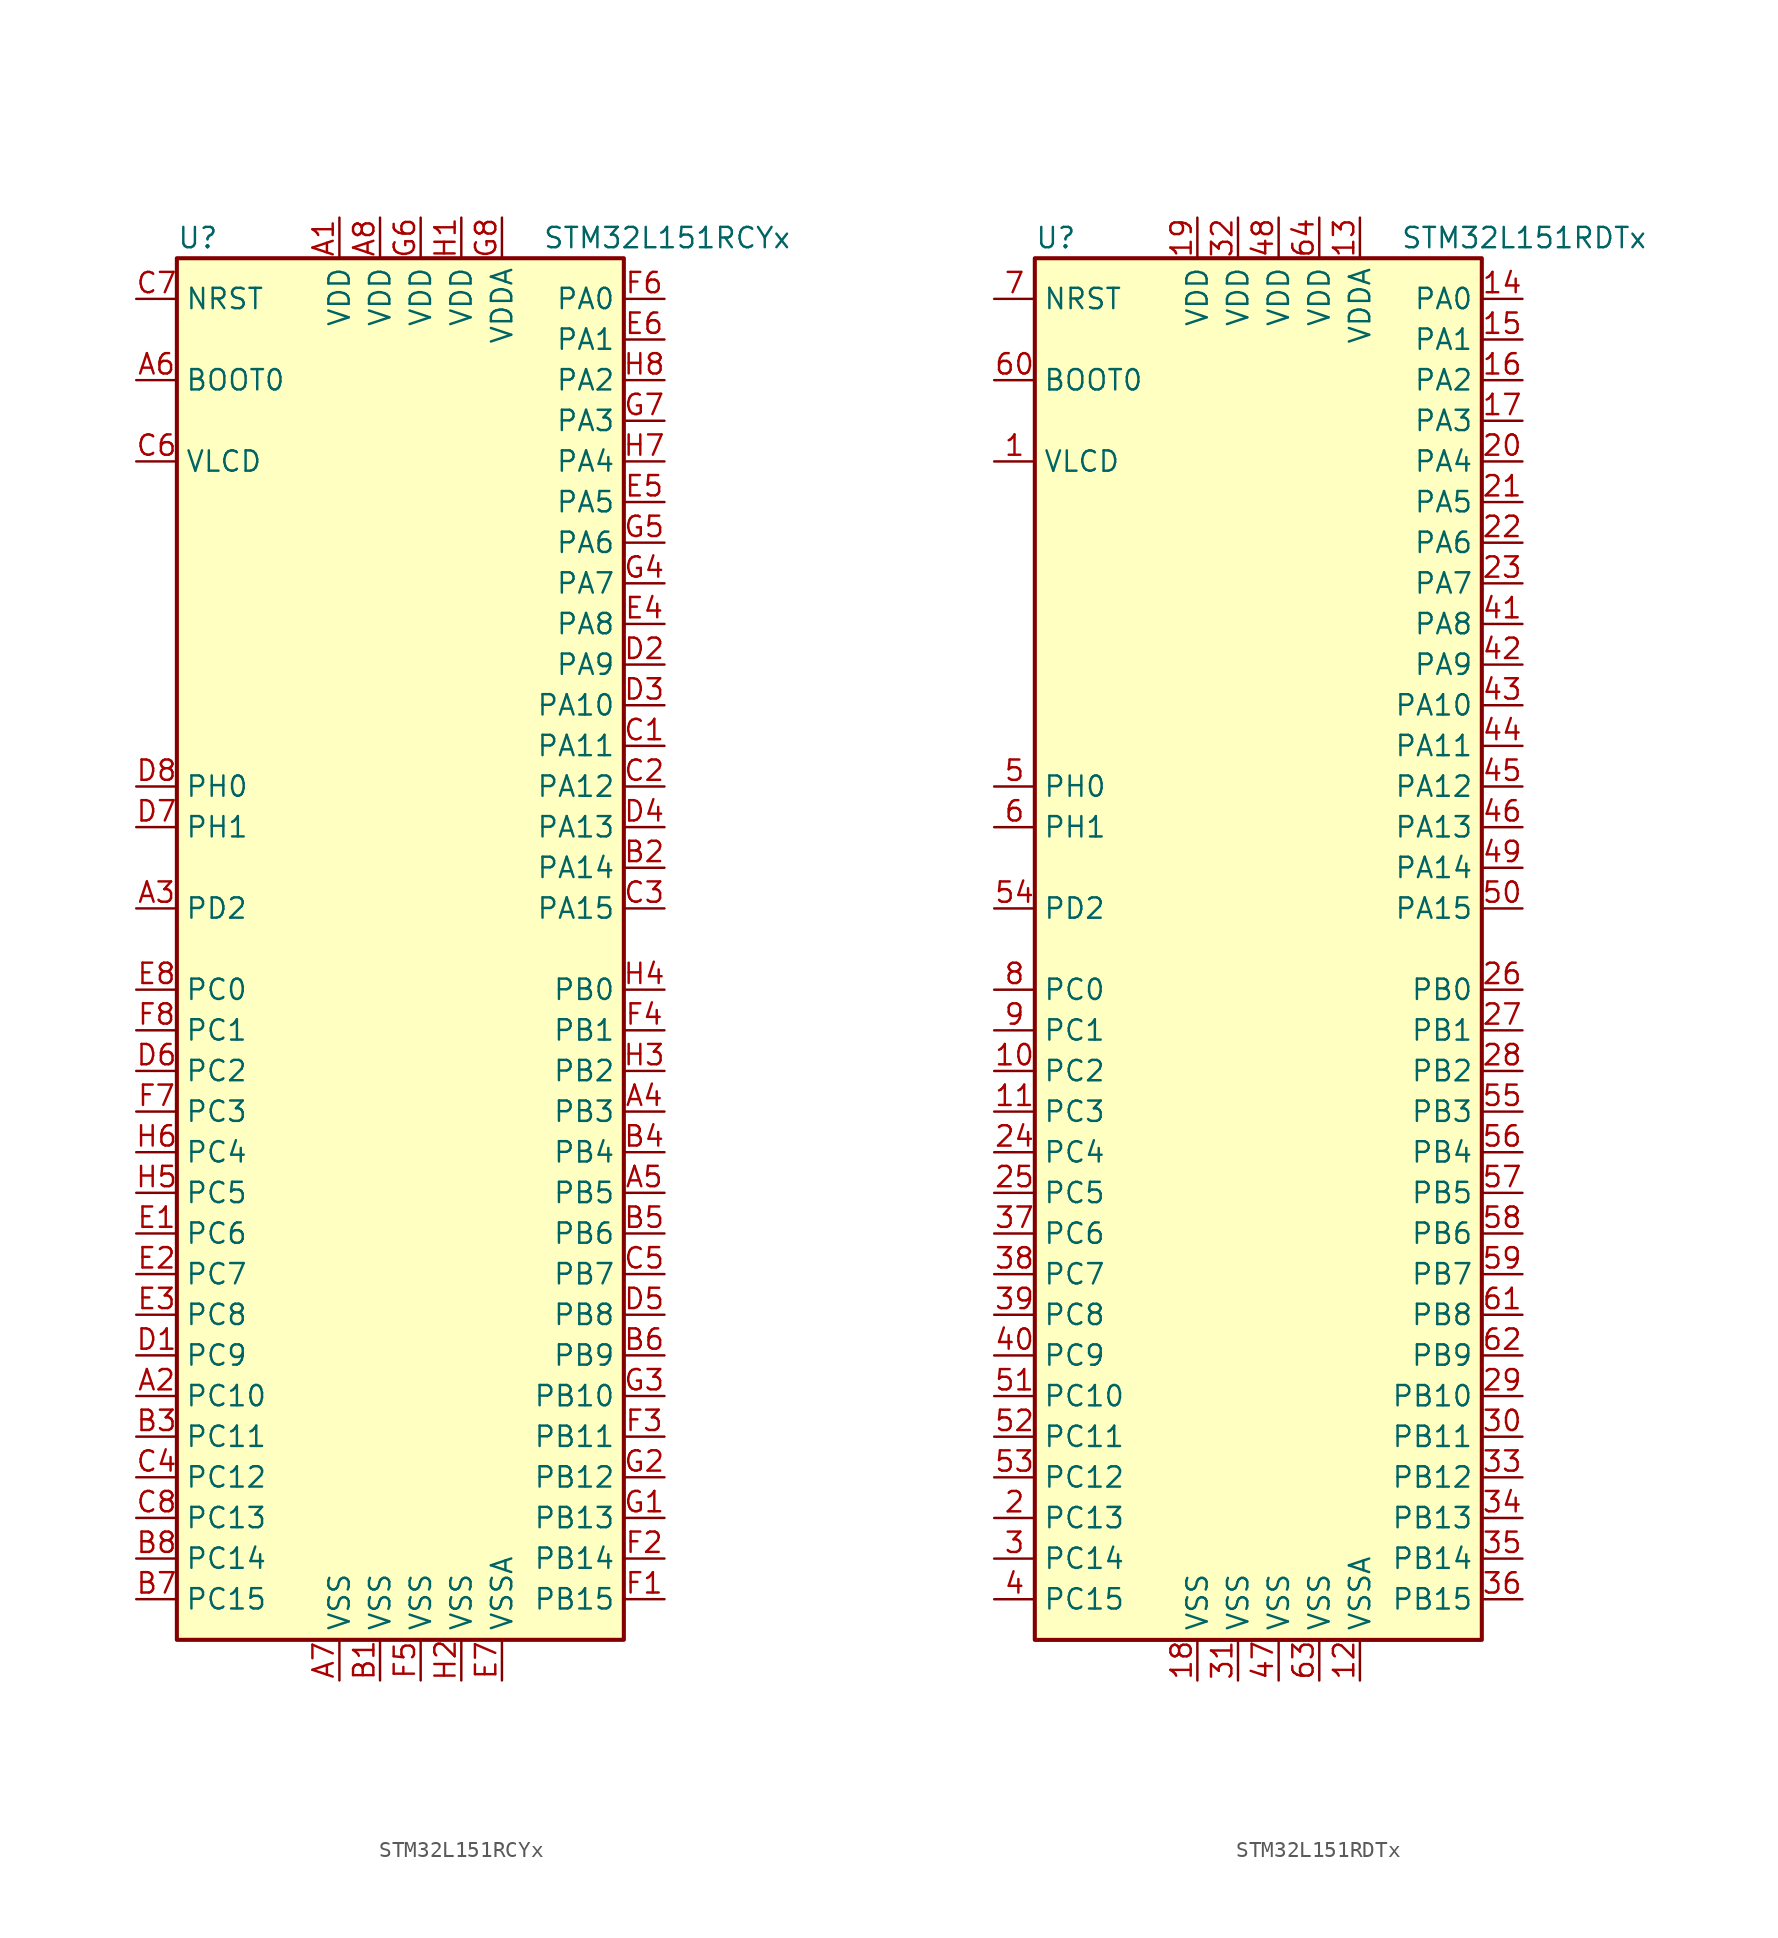
<source format=kicad_sym>
(kicad_symbol_lib
  (version 20201005)
  (generator kicad_symbol_editor)
  (symbol "MCU_ST_STM32L1:STM32L151RCYx"
    (property "Reference" "U"
      (at -15.24 44.45 0)
      (effects (font (size 1.27 1.27)) (justify left)))
    (property "Value" "STM32L151RCYx"
      (at 7.62 44.45 0)
      (effects (font (size 1.27 1.27)) (justify left)))
    (symbol "STM32L151RCYx_0_1"
      (rectangle (start -15.24 -43.18) (end 12.7 43.18) (stroke (width 0.254)) (fill (type background))))
    (symbol "STM32L151RCYx_1_1"
      (pin input line (at -17.78 35.56 0) (length 2.54) (name "BOOT0" (effects (font (size 1.27 1.27)))) (number "A6" (effects (font (size 1.27 1.27)))))
      (pin input line (at -17.78 40.64 0) (length 2.54) (name "NRST" (effects (font (size 1.27 1.27)))) (number "C7" (effects (font (size 1.27 1.27)))))
      (pin bidirectional line (at 15.24 40.64 180) (length 2.54) (name "PA0" (effects (font (size 1.27 1.27)))) (number "F6" (effects (font (size 1.27 1.27)))))
      (pin bidirectional line (at 15.24 38.1 180) (length 2.54) (name "PA1" (effects (font (size 1.27 1.27)))) (number "E6" (effects (font (size 1.27 1.27)))))
      (pin bidirectional line (at 15.24 15.24 180) (length 2.54) (name "PA10" (effects (font (size 1.27 1.27)))) (number "D3" (effects (font (size 1.27 1.27)))))
      (pin bidirectional line (at 15.24 12.7 180) (length 2.54) (name "PA11" (effects (font (size 1.27 1.27)))) (number "C1" (effects (font (size 1.27 1.27)))))
      (pin bidirectional line (at 15.24 10.16 180) (length 2.54) (name "PA12" (effects (font (size 1.27 1.27)))) (number "C2" (effects (font (size 1.27 1.27)))))
      (pin bidirectional line (at 15.24 7.62 180) (length 2.54) (name "PA13" (effects (font (size 1.27 1.27)))) (number "D4" (effects (font (size 1.27 1.27)))))
      (pin bidirectional line (at 15.24 5.08 180) (length 2.54) (name "PA14" (effects (font (size 1.27 1.27)))) (number "B2" (effects (font (size 1.27 1.27)))))
      (pin bidirectional line (at 15.24 2.54 180) (length 2.54) (name "PA15" (effects (font (size 1.27 1.27)))) (number "C3" (effects (font (size 1.27 1.27)))))
      (pin bidirectional line (at 15.24 35.56 180) (length 2.54) (name "PA2" (effects (font (size 1.27 1.27)))) (number "H8" (effects (font (size 1.27 1.27)))))
      (pin bidirectional line (at 15.24 33.02 180) (length 2.54) (name "PA3" (effects (font (size 1.27 1.27)))) (number "G7" (effects (font (size 1.27 1.27)))))
      (pin bidirectional line (at 15.24 30.48 180) (length 2.54) (name "PA4" (effects (font (size 1.27 1.27)))) (number "H7" (effects (font (size 1.27 1.27)))))
      (pin bidirectional line (at 15.24 27.94 180) (length 2.54) (name "PA5" (effects (font (size 1.27 1.27)))) (number "E5" (effects (font (size 1.27 1.27)))))
      (pin bidirectional line (at 15.24 25.4 180) (length 2.54) (name "PA6" (effects (font (size 1.27 1.27)))) (number "G5" (effects (font (size 1.27 1.27)))))
      (pin bidirectional line (at 15.24 22.86 180) (length 2.54) (name "PA7" (effects (font (size 1.27 1.27)))) (number "G4" (effects (font (size 1.27 1.27)))))
      (pin bidirectional line (at 15.24 20.32 180) (length 2.54) (name "PA8" (effects (font (size 1.27 1.27)))) (number "E4" (effects (font (size 1.27 1.27)))))
      (pin bidirectional line (at 15.24 17.78 180) (length 2.54) (name "PA9" (effects (font (size 1.27 1.27)))) (number "D2" (effects (font (size 1.27 1.27)))))
      (pin bidirectional line (at 15.24 -2.54 180) (length 2.54) (name "PB0" (effects (font (size 1.27 1.27)))) (number "H4" (effects (font (size 1.27 1.27)))))
      (pin bidirectional line (at 15.24 -5.08 180) (length 2.54) (name "PB1" (effects (font (size 1.27 1.27)))) (number "F4" (effects (font (size 1.27 1.27)))))
      (pin bidirectional line (at 15.24 -27.94 180) (length 2.54) (name "PB10" (effects (font (size 1.27 1.27)))) (number "G3" (effects (font (size 1.27 1.27)))))
      (pin bidirectional line (at 15.24 -30.48 180) (length 2.54) (name "PB11" (effects (font (size 1.27 1.27)))) (number "F3" (effects (font (size 1.27 1.27)))))
      (pin bidirectional line (at 15.24 -33.02 180) (length 2.54) (name "PB12" (effects (font (size 1.27 1.27)))) (number "G2" (effects (font (size 1.27 1.27)))))
      (pin bidirectional line (at 15.24 -35.56 180) (length 2.54) (name "PB13" (effects (font (size 1.27 1.27)))) (number "G1" (effects (font (size 1.27 1.27)))))
      (pin bidirectional line (at 15.24 -38.1 180) (length 2.54) (name "PB14" (effects (font (size 1.27 1.27)))) (number "F2" (effects (font (size 1.27 1.27)))))
      (pin bidirectional line (at 15.24 -40.64 180) (length 2.54) (name "PB15" (effects (font (size 1.27 1.27)))) (number "F1" (effects (font (size 1.27 1.27)))))
      (pin bidirectional line (at 15.24 -7.62 180) (length 2.54) (name "PB2" (effects (font (size 1.27 1.27)))) (number "H3" (effects (font (size 1.27 1.27)))))
      (pin bidirectional line (at 15.24 -10.16 180) (length 2.54) (name "PB3" (effects (font (size 1.27 1.27)))) (number "A4" (effects (font (size 1.27 1.27)))))
      (pin bidirectional line (at 15.24 -12.7 180) (length 2.54) (name "PB4" (effects (font (size 1.27 1.27)))) (number "B4" (effects (font (size 1.27 1.27)))))
      (pin bidirectional line (at 15.24 -15.24 180) (length 2.54) (name "PB5" (effects (font (size 1.27 1.27)))) (number "A5" (effects (font (size 1.27 1.27)))))
      (pin bidirectional line (at 15.24 -17.78 180) (length 2.54) (name "PB6" (effects (font (size 1.27 1.27)))) (number "B5" (effects (font (size 1.27 1.27)))))
      (pin bidirectional line (at 15.24 -20.32 180) (length 2.54) (name "PB7" (effects (font (size 1.27 1.27)))) (number "C5" (effects (font (size 1.27 1.27)))))
      (pin bidirectional line (at 15.24 -22.86 180) (length 2.54) (name "PB8" (effects (font (size 1.27 1.27)))) (number "D5" (effects (font (size 1.27 1.27)))))
      (pin bidirectional line (at 15.24 -25.4 180) (length 2.54) (name "PB9" (effects (font (size 1.27 1.27)))) (number "B6" (effects (font (size 1.27 1.27)))))
      (pin bidirectional line (at -17.78 -2.54 0) (length 2.54) (name "PC0" (effects (font (size 1.27 1.27)))) (number "E8" (effects (font (size 1.27 1.27)))))
      (pin bidirectional line (at -17.78 -5.08 0) (length 2.54) (name "PC1" (effects (font (size 1.27 1.27)))) (number "F8" (effects (font (size 1.27 1.27)))))
      (pin bidirectional line (at -17.78 -27.94 0) (length 2.54) (name "PC10" (effects (font (size 1.27 1.27)))) (number "A2" (effects (font (size 1.27 1.27)))))
      (pin bidirectional line (at -17.78 -30.48 0) (length 2.54) (name "PC11" (effects (font (size 1.27 1.27)))) (number "B3" (effects (font (size 1.27 1.27)))))
      (pin bidirectional line (at -17.78 -33.02 0) (length 2.54) (name "PC12" (effects (font (size 1.27 1.27)))) (number "C4" (effects (font (size 1.27 1.27)))))
      (pin bidirectional line (at -17.78 -35.56 0) (length 2.54) (name "PC13" (effects (font (size 1.27 1.27)))) (number "C8" (effects (font (size 1.27 1.27)))))
      (pin bidirectional line (at -17.78 -38.1 0) (length 2.54) (name "PC14" (effects (font (size 1.27 1.27)))) (number "B8" (effects (font (size 1.27 1.27)))))
      (pin bidirectional line (at -17.78 -40.64 0) (length 2.54) (name "PC15" (effects (font (size 1.27 1.27)))) (number "B7" (effects (font (size 1.27 1.27)))))
      (pin bidirectional line (at -17.78 -7.62 0) (length 2.54) (name "PC2" (effects (font (size 1.27 1.27)))) (number "D6" (effects (font (size 1.27 1.27)))))
      (pin bidirectional line (at -17.78 -10.16 0) (length 2.54) (name "PC3" (effects (font (size 1.27 1.27)))) (number "F7" (effects (font (size 1.27 1.27)))))
      (pin bidirectional line (at -17.78 -12.7 0) (length 2.54) (name "PC4" (effects (font (size 1.27 1.27)))) (number "H6" (effects (font (size 1.27 1.27)))))
      (pin bidirectional line (at -17.78 -15.24 0) (length 2.54) (name "PC5" (effects (font (size 1.27 1.27)))) (number "H5" (effects (font (size 1.27 1.27)))))
      (pin bidirectional line (at -17.78 -17.78 0) (length 2.54) (name "PC6" (effects (font (size 1.27 1.27)))) (number "E1" (effects (font (size 1.27 1.27)))))
      (pin bidirectional line (at -17.78 -20.32 0) (length 2.54) (name "PC7" (effects (font (size 1.27 1.27)))) (number "E2" (effects (font (size 1.27 1.27)))))
      (pin bidirectional line (at -17.78 -22.86 0) (length 2.54) (name "PC8" (effects (font (size 1.27 1.27)))) (number "E3" (effects (font (size 1.27 1.27)))))
      (pin bidirectional line (at -17.78 -25.4 0) (length 2.54) (name "PC9" (effects (font (size 1.27 1.27)))) (number "D1" (effects (font (size 1.27 1.27)))))
      (pin bidirectional line (at -17.78 2.54 0) (length 2.54) (name "PD2" (effects (font (size 1.27 1.27)))) (number "A3" (effects (font (size 1.27 1.27)))))
      (pin input line (at -17.78 10.16 0) (length 2.54) (name "PH0" (effects (font (size 1.27 1.27)))) (number "D8" (effects (font (size 1.27 1.27)))))
      (pin input line (at -17.78 7.62 0) (length 2.54) (name "PH1" (effects (font (size 1.27 1.27)))) (number "D7" (effects (font (size 1.27 1.27)))))
      (pin power_in line (at -5.08 45.72 270) (length 2.54) (name "VDD" (effects (font (size 1.27 1.27)))) (number "A1" (effects (font (size 1.27 1.27)))))
      (pin power_in line (at -2.54 45.72 270) (length 2.54) (name "VDD" (effects (font (size 1.27 1.27)))) (number "A8" (effects (font (size 1.27 1.27)))))
      (pin power_in line (at 0 45.72 270) (length 2.54) (name "VDD" (effects (font (size 1.27 1.27)))) (number "G6" (effects (font (size 1.27 1.27)))))
      (pin power_in line (at 2.54 45.72 270) (length 2.54) (name "VDD" (effects (font (size 1.27 1.27)))) (number "H1" (effects (font (size 1.27 1.27)))))
      (pin power_in line (at 5.08 45.72 270) (length 2.54) (name "VDDA" (effects (font (size 1.27 1.27)))) (number "G8" (effects (font (size 1.27 1.27)))))
      (pin power_in line (at -17.78 30.48 0) (length 2.54) (name "VLCD" (effects (font (size 1.27 1.27)))) (number "C6" (effects (font (size 1.27 1.27)))))
      (pin power_in line (at -5.08 -45.72 90) (length 2.54) (name "VSS" (effects (font (size 1.27 1.27)))) (number "A7" (effects (font (size 1.27 1.27)))))
      (pin power_in line (at -2.54 -45.72 90) (length 2.54) (name "VSS" (effects (font (size 1.27 1.27)))) (number "B1" (effects (font (size 1.27 1.27)))))
      (pin power_in line (at 0 -45.72 90) (length 2.54) (name "VSS" (effects (font (size 1.27 1.27)))) (number "F5" (effects (font (size 1.27 1.27)))))
      (pin power_in line (at 2.54 -45.72 90) (length 2.54) (name "VSS" (effects (font (size 1.27 1.27)))) (number "H2" (effects (font (size 1.27 1.27)))))
      (pin power_in line (at 5.08 -45.72 90) (length 2.54) (name "VSSA" (effects (font (size 1.27 1.27)))) (number "E7" (effects (font (size 1.27 1.27)))))))
  (symbol "MCU_ST_STM32L1:STM32L151RDTx"
    (property "Reference" "U"
      (at -15.24 44.45 0)
      (effects (font (size 1.27 1.27)) (justify left)))
    (property "Value" "STM32L151RDTx"
      (at 7.62 44.45 0)
      (effects (font (size 1.27 1.27)) (justify left)))
    (symbol "STM32L151RDTx_0_1"
      (rectangle (start -15.24 -43.18) (end 12.7 43.18) (stroke (width 0.254)) (fill (type background))))
    (symbol "STM32L151RDTx_1_1"
      (pin input line (at -17.78 35.56 0) (length 2.54) (name "BOOT0" (effects (font (size 1.27 1.27)))) (number "60" (effects (font (size 1.27 1.27)))))
      (pin input line (at -17.78 40.64 0) (length 2.54) (name "NRST" (effects (font (size 1.27 1.27)))) (number "7" (effects (font (size 1.27 1.27)))))
      (pin bidirectional line (at 15.24 40.64 180) (length 2.54) (name "PA0" (effects (font (size 1.27 1.27)))) (number "14" (effects (font (size 1.27 1.27)))))
      (pin bidirectional line (at 15.24 38.1 180) (length 2.54) (name "PA1" (effects (font (size 1.27 1.27)))) (number "15" (effects (font (size 1.27 1.27)))))
      (pin bidirectional line (at 15.24 15.24 180) (length 2.54) (name "PA10" (effects (font (size 1.27 1.27)))) (number "43" (effects (font (size 1.27 1.27)))))
      (pin bidirectional line (at 15.24 12.7 180) (length 2.54) (name "PA11" (effects (font (size 1.27 1.27)))) (number "44" (effects (font (size 1.27 1.27)))))
      (pin bidirectional line (at 15.24 10.16 180) (length 2.54) (name "PA12" (effects (font (size 1.27 1.27)))) (number "45" (effects (font (size 1.27 1.27)))))
      (pin bidirectional line (at 15.24 7.62 180) (length 2.54) (name "PA13" (effects (font (size 1.27 1.27)))) (number "46" (effects (font (size 1.27 1.27)))))
      (pin bidirectional line (at 15.24 5.08 180) (length 2.54) (name "PA14" (effects (font (size 1.27 1.27)))) (number "49" (effects (font (size 1.27 1.27)))))
      (pin bidirectional line (at 15.24 2.54 180) (length 2.54) (name "PA15" (effects (font (size 1.27 1.27)))) (number "50" (effects (font (size 1.27 1.27)))))
      (pin bidirectional line (at 15.24 35.56 180) (length 2.54) (name "PA2" (effects (font (size 1.27 1.27)))) (number "16" (effects (font (size 1.27 1.27)))))
      (pin bidirectional line (at 15.24 33.02 180) (length 2.54) (name "PA3" (effects (font (size 1.27 1.27)))) (number "17" (effects (font (size 1.27 1.27)))))
      (pin bidirectional line (at 15.24 30.48 180) (length 2.54) (name "PA4" (effects (font (size 1.27 1.27)))) (number "20" (effects (font (size 1.27 1.27)))))
      (pin bidirectional line (at 15.24 27.94 180) (length 2.54) (name "PA5" (effects (font (size 1.27 1.27)))) (number "21" (effects (font (size 1.27 1.27)))))
      (pin bidirectional line (at 15.24 25.4 180) (length 2.54) (name "PA6" (effects (font (size 1.27 1.27)))) (number "22" (effects (font (size 1.27 1.27)))))
      (pin bidirectional line (at 15.24 22.86 180) (length 2.54) (name "PA7" (effects (font (size 1.27 1.27)))) (number "23" (effects (font (size 1.27 1.27)))))
      (pin bidirectional line (at 15.24 20.32 180) (length 2.54) (name "PA8" (effects (font (size 1.27 1.27)))) (number "41" (effects (font (size 1.27 1.27)))))
      (pin bidirectional line (at 15.24 17.78 180) (length 2.54) (name "PA9" (effects (font (size 1.27 1.27)))) (number "42" (effects (font (size 1.27 1.27)))))
      (pin bidirectional line (at 15.24 -2.54 180) (length 2.54) (name "PB0" (effects (font (size 1.27 1.27)))) (number "26" (effects (font (size 1.27 1.27)))))
      (pin bidirectional line (at 15.24 -5.08 180) (length 2.54) (name "PB1" (effects (font (size 1.27 1.27)))) (number "27" (effects (font (size 1.27 1.27)))))
      (pin bidirectional line (at 15.24 -27.94 180) (length 2.54) (name "PB10" (effects (font (size 1.27 1.27)))) (number "29" (effects (font (size 1.27 1.27)))))
      (pin bidirectional line (at 15.24 -30.48 180) (length 2.54) (name "PB11" (effects (font (size 1.27 1.27)))) (number "30" (effects (font (size 1.27 1.27)))))
      (pin bidirectional line (at 15.24 -33.02 180) (length 2.54) (name "PB12" (effects (font (size 1.27 1.27)))) (number "33" (effects (font (size 1.27 1.27)))))
      (pin bidirectional line (at 15.24 -35.56 180) (length 2.54) (name "PB13" (effects (font (size 1.27 1.27)))) (number "34" (effects (font (size 1.27 1.27)))))
      (pin bidirectional line (at 15.24 -38.1 180) (length 2.54) (name "PB14" (effects (font (size 1.27 1.27)))) (number "35" (effects (font (size 1.27 1.27)))))
      (pin bidirectional line (at 15.24 -40.64 180) (length 2.54) (name "PB15" (effects (font (size 1.27 1.27)))) (number "36" (effects (font (size 1.27 1.27)))))
      (pin bidirectional line (at 15.24 -7.62 180) (length 2.54) (name "PB2" (effects (font (size 1.27 1.27)))) (number "28" (effects (font (size 1.27 1.27)))))
      (pin bidirectional line (at 15.24 -10.16 180) (length 2.54) (name "PB3" (effects (font (size 1.27 1.27)))) (number "55" (effects (font (size 1.27 1.27)))))
      (pin bidirectional line (at 15.24 -12.7 180) (length 2.54) (name "PB4" (effects (font (size 1.27 1.27)))) (number "56" (effects (font (size 1.27 1.27)))))
      (pin bidirectional line (at 15.24 -15.24 180) (length 2.54) (name "PB5" (effects (font (size 1.27 1.27)))) (number "57" (effects (font (size 1.27 1.27)))))
      (pin bidirectional line (at 15.24 -17.78 180) (length 2.54) (name "PB6" (effects (font (size 1.27 1.27)))) (number "58" (effects (font (size 1.27 1.27)))))
      (pin bidirectional line (at 15.24 -20.32 180) (length 2.54) (name "PB7" (effects (font (size 1.27 1.27)))) (number "59" (effects (font (size 1.27 1.27)))))
      (pin bidirectional line (at 15.24 -22.86 180) (length 2.54) (name "PB8" (effects (font (size 1.27 1.27)))) (number "61" (effects (font (size 1.27 1.27)))))
      (pin bidirectional line (at 15.24 -25.4 180) (length 2.54) (name "PB9" (effects (font (size 1.27 1.27)))) (number "62" (effects (font (size 1.27 1.27)))))
      (pin bidirectional line (at -17.78 -2.54 0) (length 2.54) (name "PC0" (effects (font (size 1.27 1.27)))) (number "8" (effects (font (size 1.27 1.27)))))
      (pin bidirectional line (at -17.78 -5.08 0) (length 2.54) (name "PC1" (effects (font (size 1.27 1.27)))) (number "9" (effects (font (size 1.27 1.27)))))
      (pin bidirectional line (at -17.78 -27.94 0) (length 2.54) (name "PC10" (effects (font (size 1.27 1.27)))) (number "51" (effects (font (size 1.27 1.27)))))
      (pin bidirectional line (at -17.78 -30.48 0) (length 2.54) (name "PC11" (effects (font (size 1.27 1.27)))) (number "52" (effects (font (size 1.27 1.27)))))
      (pin bidirectional line (at -17.78 -33.02 0) (length 2.54) (name "PC12" (effects (font (size 1.27 1.27)))) (number "53" (effects (font (size 1.27 1.27)))))
      (pin bidirectional line (at -17.78 -35.56 0) (length 2.54) (name "PC13" (effects (font (size 1.27 1.27)))) (number "2" (effects (font (size 1.27 1.27)))))
      (pin bidirectional line (at -17.78 -38.1 0) (length 2.54) (name "PC14" (effects (font (size 1.27 1.27)))) (number "3" (effects (font (size 1.27 1.27)))))
      (pin bidirectional line (at -17.78 -40.64 0) (length 2.54) (name "PC15" (effects (font (size 1.27 1.27)))) (number "4" (effects (font (size 1.27 1.27)))))
      (pin bidirectional line (at -17.78 -7.62 0) (length 2.54) (name "PC2" (effects (font (size 1.27 1.27)))) (number "10" (effects (font (size 1.27 1.27)))))
      (pin bidirectional line (at -17.78 -10.16 0) (length 2.54) (name "PC3" (effects (font (size 1.27 1.27)))) (number "11" (effects (font (size 1.27 1.27)))))
      (pin bidirectional line (at -17.78 -12.7 0) (length 2.54) (name "PC4" (effects (font (size 1.27 1.27)))) (number "24" (effects (font (size 1.27 1.27)))))
      (pin bidirectional line (at -17.78 -15.24 0) (length 2.54) (name "PC5" (effects (font (size 1.27 1.27)))) (number "25" (effects (font (size 1.27 1.27)))))
      (pin bidirectional line (at -17.78 -17.78 0) (length 2.54) (name "PC6" (effects (font (size 1.27 1.27)))) (number "37" (effects (font (size 1.27 1.27)))))
      (pin bidirectional line (at -17.78 -20.32 0) (length 2.54) (name "PC7" (effects (font (size 1.27 1.27)))) (number "38" (effects (font (size 1.27 1.27)))))
      (pin bidirectional line (at -17.78 -22.86 0) (length 2.54) (name "PC8" (effects (font (size 1.27 1.27)))) (number "39" (effects (font (size 1.27 1.27)))))
      (pin bidirectional line (at -17.78 -25.4 0) (length 2.54) (name "PC9" (effects (font (size 1.27 1.27)))) (number "40" (effects (font (size 1.27 1.27)))))
      (pin bidirectional line (at -17.78 2.54 0) (length 2.54) (name "PD2" (effects (font (size 1.27 1.27)))) (number "54" (effects (font (size 1.27 1.27)))))
      (pin input line (at -17.78 10.16 0) (length 2.54) (name "PH0" (effects (font (size 1.27 1.27)))) (number "5" (effects (font (size 1.27 1.27)))))
      (pin input line (at -17.78 7.62 0) (length 2.54) (name "PH1" (effects (font (size 1.27 1.27)))) (number "6" (effects (font (size 1.27 1.27)))))
      (pin power_in line (at -5.08 45.72 270) (length 2.54) (name "VDD" (effects (font (size 1.27 1.27)))) (number "19" (effects (font (size 1.27 1.27)))))
      (pin power_in line (at -2.54 45.72 270) (length 2.54) (name "VDD" (effects (font (size 1.27 1.27)))) (number "32" (effects (font (size 1.27 1.27)))))
      (pin power_in line (at 0 45.72 270) (length 2.54) (name "VDD" (effects (font (size 1.27 1.27)))) (number "48" (effects (font (size 1.27 1.27)))))
      (pin power_in line (at 2.54 45.72 270) (length 2.54) (name "VDD" (effects (font (size 1.27 1.27)))) (number "64" (effects (font (size 1.27 1.27)))))
      (pin power_in line (at 5.08 45.72 270) (length 2.54) (name "VDDA" (effects (font (size 1.27 1.27)))) (number "13" (effects (font (size 1.27 1.27)))))
      (pin power_in line (at -17.78 30.48 0) (length 2.54) (name "VLCD" (effects (font (size 1.27 1.27)))) (number "1" (effects (font (size 1.27 1.27)))))
      (pin power_in line (at -5.08 -45.72 90) (length 2.54) (name "VSS" (effects (font (size 1.27 1.27)))) (number "18" (effects (font (size 1.27 1.27)))))
      (pin power_in line (at -2.54 -45.72 90) (length 2.54) (name "VSS" (effects (font (size 1.27 1.27)))) (number "31" (effects (font (size 1.27 1.27)))))
      (pin power_in line (at 0 -45.72 90) (length 2.54) (name "VSS" (effects (font (size 1.27 1.27)))) (number "47" (effects (font (size 1.27 1.27)))))
      (pin power_in line (at 2.54 -45.72 90) (length 2.54) (name "VSS" (effects (font (size 1.27 1.27)))) (number "63" (effects (font (size 1.27 1.27)))))
      (pin power_in line (at 5.08 -45.72 90) (length 2.54) (name "VSSA" (effects (font (size 1.27 1.27)))) (number "12" (effects (font (size 1.27 1.27))))))))
</source>
